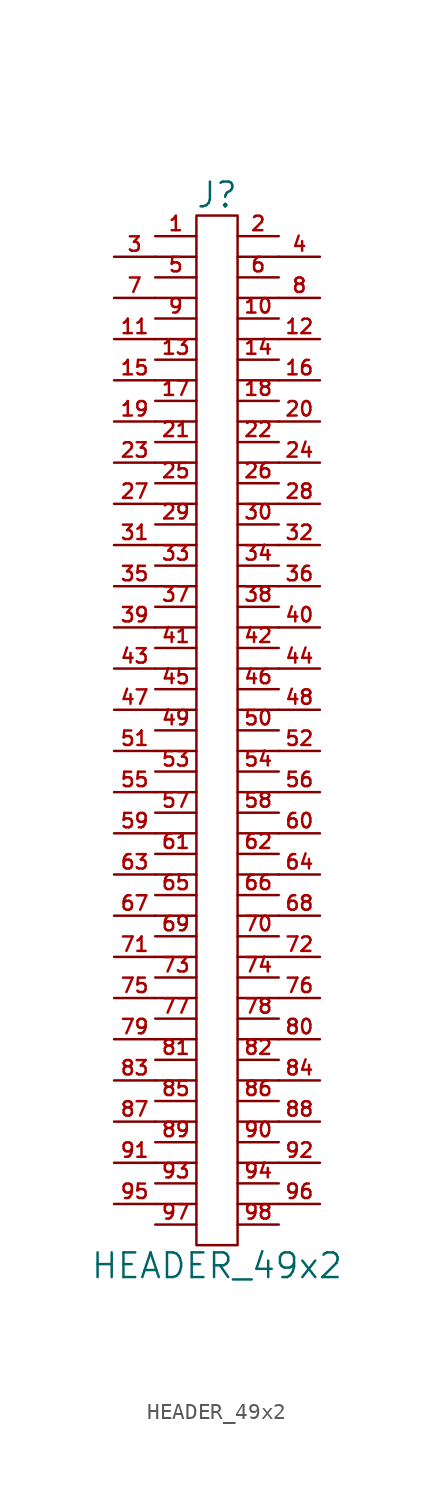
<source format=kicad_sym>
(kicad_symbol_lib
  (version 20211014)
  (generator kicad_symbol_editor)
  (symbol "HEADER_49x2"
    (pin_names
      (offset 0))
    (property "Reference" "J"
      (at 0 33.02 0)
      (effects (font (size 1.524 1.524))))
    (property "Value" "HEADER_49x2"
      (at 0 -33.02 0)
      (effects (font (size 1.524 1.524))))
    (property "Footprint" ""
      (at 0 6.35 0)
      (effects (font (size 1.524 1.524))))
    (property "Datasheet" ""
      (at 0 6.35 0)
      (effects (font (size 1.524 1.524))))
    (symbol "HEADER_49x2_0_1"
      (polyline (pts (xy -3.81 -29.21) (xy -1.27 -29.21)) (stroke (width 0) (type default) (color 0 0 0 0)) (fill (type none)))
      (polyline (pts (xy -3.81 -26.67) (xy -1.27 -26.67)) (stroke (width 0) (type default) (color 0 0 0 0)) (fill (type none)))
      (polyline (pts (xy -3.81 -24.13) (xy -1.27 -24.13)) (stroke (width 0) (type default) (color 0 0 0 0)) (fill (type none)))
      (polyline (pts (xy -3.81 -21.59) (xy -1.27 -21.59)) (stroke (width 0) (type default) (color 0 0 0 0)) (fill (type none)))
      (polyline (pts (xy -3.81 -19.05) (xy -1.27 -19.05)) (stroke (width 0) (type default) (color 0 0 0 0)) (fill (type none)))
      (polyline (pts (xy -3.81 -16.51) (xy -1.27 -16.51)) (stroke (width 0) (type default) (color 0 0 0 0)) (fill (type none)))
      (polyline (pts (xy -3.81 -13.97) (xy -1.27 -13.97)) (stroke (width 0) (type default) (color 0 0 0 0)) (fill (type none)))
      (polyline (pts (xy -3.81 -11.43) (xy -1.27 -11.43)) (stroke (width 0) (type default) (color 0 0 0 0)) (fill (type none)))
      (polyline (pts (xy -3.81 -8.89) (xy -1.27 -8.89)) (stroke (width 0) (type default) (color 0 0 0 0)) (fill (type none)))
      (polyline (pts (xy -3.81 -6.35) (xy -1.27 -6.35)) (stroke (width 0) (type default) (color 0 0 0 0)) (fill (type none)))
      (polyline (pts (xy -3.81 -3.81) (xy -1.27 -3.81)) (stroke (width 0) (type default) (color 0 0 0 0)) (fill (type none)))
      (polyline (pts (xy -3.81 -1.27) (xy -1.27 -1.27)) (stroke (width 0) (type default) (color 0 0 0 0)) (fill (type none)))
      (polyline (pts (xy -3.81 1.27) (xy -1.27 1.27)) (stroke (width 0) (type default) (color 0 0 0 0)) (fill (type none)))
      (polyline (pts (xy -3.81 3.81) (xy -1.27 3.81)) (stroke (width 0) (type default) (color 0 0 0 0)) (fill (type none)))
      (polyline (pts (xy -3.81 6.35) (xy -1.27 6.35)) (stroke (width 0) (type default) (color 0 0 0 0)) (fill (type none)))
      (polyline (pts (xy -3.81 8.89) (xy -1.27 8.89)) (stroke (width 0) (type default) (color 0 0 0 0)) (fill (type none)))
      (polyline (pts (xy -3.81 11.43) (xy -1.27 11.43)) (stroke (width 0) (type default) (color 0 0 0 0)) (fill (type none)))
      (polyline (pts (xy -3.81 13.97) (xy -1.27 13.97)) (stroke (width 0) (type default) (color 0 0 0 0)) (fill (type none)))
      (polyline (pts (xy -3.81 16.51) (xy -1.27 16.51)) (stroke (width 0) (type default) (color 0 0 0 0)) (fill (type none)))
      (polyline (pts (xy -3.81 19.05) (xy -1.27 19.05)) (stroke (width 0) (type default) (color 0 0 0 0)) (fill (type none)))
      (polyline (pts (xy -3.81 21.59) (xy -1.27 21.59)) (stroke (width 0) (type default) (color 0 0 0 0)) (fill (type none)))
      (polyline (pts (xy -3.81 24.13) (xy -1.27 24.13)) (stroke (width 0) (type default) (color 0 0 0 0)) (fill (type none)))
      (polyline (pts (xy -3.81 26.67) (xy -1.27 26.67)) (stroke (width 0) (type default) (color 0 0 0 0)) (fill (type none)))
      (polyline (pts (xy -3.81 29.21) (xy -1.27 29.21)) (stroke (width 0) (type default) (color 0 0 0 0)) (fill (type none)))
      (polyline (pts (xy 1.27 -29.21) (xy 3.81 -29.21)) (stroke (width 0) (type default) (color 0 0 0 0)) (fill (type none)))
      (polyline (pts (xy 1.27 -26.67) (xy 3.81 -26.67)) (stroke (width 0) (type default) (color 0 0 0 0)) (fill (type none)))
      (polyline (pts (xy 1.27 -24.13) (xy 3.81 -24.13)) (stroke (width 0) (type default) (color 0 0 0 0)) (fill (type none)))
      (polyline (pts (xy 1.27 -21.59) (xy 3.81 -21.59)) (stroke (width 0) (type default) (color 0 0 0 0)) (fill (type none)))
      (polyline (pts (xy 1.27 -19.05) (xy 3.81 -19.05)) (stroke (width 0) (type default) (color 0 0 0 0)) (fill (type none)))
      (polyline (pts (xy 1.27 -16.51) (xy 3.81 -16.51)) (stroke (width 0) (type default) (color 0 0 0 0)) (fill (type none)))
      (polyline (pts (xy 1.27 -13.97) (xy 3.81 -13.97)) (stroke (width 0) (type default) (color 0 0 0 0)) (fill (type none)))
      (polyline (pts (xy 1.27 -11.43) (xy 3.81 -11.43)) (stroke (width 0) (type default) (color 0 0 0 0)) (fill (type none)))
      (polyline (pts (xy 1.27 -8.89) (xy 3.81 -8.89)) (stroke (width 0) (type default) (color 0 0 0 0)) (fill (type none)))
      (polyline (pts (xy 1.27 -6.35) (xy 3.81 -6.35)) (stroke (width 0) (type default) (color 0 0 0 0)) (fill (type none)))
      (polyline (pts (xy 1.27 -3.81) (xy 3.81 -3.81)) (stroke (width 0) (type default) (color 0 0 0 0)) (fill (type none)))
      (polyline (pts (xy 1.27 -1.27) (xy 3.81 -1.27)) (stroke (width 0) (type default) (color 0 0 0 0)) (fill (type none)))
      (polyline (pts (xy 1.27 1.27) (xy 3.81 1.27)) (stroke (width 0) (type default) (color 0 0 0 0)) (fill (type none)))
      (polyline (pts (xy 1.27 3.81) (xy 3.81 3.81)) (stroke (width 0) (type default) (color 0 0 0 0)) (fill (type none)))
      (polyline (pts (xy 1.27 6.35) (xy 3.81 6.35)) (stroke (width 0) (type default) (color 0 0 0 0)) (fill (type none)))
      (polyline (pts (xy 1.27 8.89) (xy 3.81 8.89)) (stroke (width 0) (type default) (color 0 0 0 0)) (fill (type none)))
      (polyline (pts (xy 1.27 11.43) (xy 3.81 11.43)) (stroke (width 0) (type default) (color 0 0 0 0)) (fill (type none)))
      (polyline (pts (xy 1.27 13.97) (xy 3.81 13.97)) (stroke (width 0) (type default) (color 0 0 0 0)) (fill (type none)))
      (polyline (pts (xy 1.27 16.51) (xy 3.81 16.51)) (stroke (width 0) (type default) (color 0 0 0 0)) (fill (type none)))
      (polyline (pts (xy 1.27 19.05) (xy 3.81 19.05)) (stroke (width 0) (type default) (color 0 0 0 0)) (fill (type none)))
      (polyline (pts (xy 1.27 21.59) (xy 3.81 21.59)) (stroke (width 0) (type default) (color 0 0 0 0)) (fill (type none)))
      (polyline (pts (xy 1.27 24.13) (xy 3.81 24.13)) (stroke (width 0) (type default) (color 0 0 0 0)) (fill (type none)))
      (polyline (pts (xy 1.27 26.67) (xy 3.81 26.67)) (stroke (width 0) (type default) (color 0 0 0 0)) (fill (type none)))
      (polyline (pts (xy 1.27 29.21) (xy 3.81 29.21)) (stroke (width 0) (type default) (color 0 0 0 0)) (fill (type none)))
      (rectangle (start 1.27 -31.75) (end -1.27 31.75) (stroke (width 0) (type default) (color 0 0 0 0)) (fill (type none))))
    (symbol "HEADER_49x2_1_1"
      (pin passive line (at -3.81 30.48 0) (length 2.54) (name "~" (effects (font (size 1.27 1.27)))) (number "1" (effects (font (size 0.889 0.889)))))
      (pin passive line (at 3.81 25.4 180) (length 2.54) (name "~" (effects (font (size 1.27 1.27)))) (number "10" (effects (font (size 0.889 0.889)))))
      (pin passive line (at -6.35 24.13 0) (length 2.54) (name "~" (effects (font (size 1.27 1.27)))) (number "11" (effects (font (size 0.889 0.889)))))
      (pin passive line (at 6.35 24.13 180) (length 2.54) (name "~" (effects (font (size 1.27 1.27)))) (number "12" (effects (font (size 0.889 0.889)))))
      (pin passive line (at -3.81 22.86 0) (length 2.54) (name "~" (effects (font (size 1.27 1.27)))) (number "13" (effects (font (size 0.889 0.889)))))
      (pin passive line (at 3.81 22.86 180) (length 2.54) (name "~" (effects (font (size 1.27 1.27)))) (number "14" (effects (font (size 0.889 0.889)))))
      (pin passive line (at -6.35 21.59 0) (length 2.54) (name "~" (effects (font (size 1.27 1.27)))) (number "15" (effects (font (size 0.889 0.889)))))
      (pin passive line (at 6.35 21.59 180) (length 2.54) (name "~" (effects (font (size 1.27 1.27)))) (number "16" (effects (font (size 0.889 0.889)))))
      (pin passive line (at -3.81 20.32 0) (length 2.54) (name "~" (effects (font (size 1.27 1.27)))) (number "17" (effects (font (size 0.889 0.889)))))
      (pin passive line (at 3.81 20.32 180) (length 2.54) (name "~" (effects (font (size 1.27 1.27)))) (number "18" (effects (font (size 0.889 0.889)))))
      (pin passive line (at -6.35 19.05 0) (length 2.54) (name "~" (effects (font (size 1.27 1.27)))) (number "19" (effects (font (size 0.889 0.889)))))
      (pin passive line (at 3.81 30.48 180) (length 2.54) (name "~" (effects (font (size 1.27 1.27)))) (number "2" (effects (font (size 0.889 0.889)))))
      (pin passive line (at 6.35 19.05 180) (length 2.54) (name "~" (effects (font (size 1.27 1.27)))) (number "20" (effects (font (size 0.889 0.889)))))
      (pin passive line (at -3.81 17.78 0) (length 2.54) (name "~" (effects (font (size 1.27 1.27)))) (number "21" (effects (font (size 0.889 0.889)))))
      (pin passive line (at 3.81 17.78 180) (length 2.54) (name "~" (effects (font (size 1.27 1.27)))) (number "22" (effects (font (size 0.889 0.889)))))
      (pin passive line (at -6.35 16.51 0) (length 2.54) (name "~" (effects (font (size 1.27 1.27)))) (number "23" (effects (font (size 0.889 0.889)))))
      (pin passive line (at 6.35 16.51 180) (length 2.54) (name "~" (effects (font (size 1.27 1.27)))) (number "24" (effects (font (size 0.889 0.889)))))
      (pin passive line (at -3.81 15.24 0) (length 2.54) (name "~" (effects (font (size 1.27 1.27)))) (number "25" (effects (font (size 0.889 0.889)))))
      (pin passive line (at 3.81 15.24 180) (length 2.54) (name "~" (effects (font (size 1.27 1.27)))) (number "26" (effects (font (size 0.889 0.889)))))
      (pin passive line (at -6.35 13.97 0) (length 2.54) (name "~" (effects (font (size 1.27 1.27)))) (number "27" (effects (font (size 0.889 0.889)))))
      (pin passive line (at 6.35 13.97 180) (length 2.54) (name "~" (effects (font (size 1.27 1.27)))) (number "28" (effects (font (size 0.889 0.889)))))
      (pin passive line (at -3.81 12.7 0) (length 2.54) (name "~" (effects (font (size 1.27 1.27)))) (number "29" (effects (font (size 0.889 0.889)))))
      (pin passive line (at -6.35 29.21 0) (length 2.54) (name "~" (effects (font (size 1.27 1.27)))) (number "3" (effects (font (size 0.889 0.889)))))
      (pin passive line (at 3.81 12.7 180) (length 2.54) (name "~" (effects (font (size 1.27 1.27)))) (number "30" (effects (font (size 0.889 0.889)))))
      (pin passive line (at -6.35 11.43 0) (length 2.54) (name "~" (effects (font (size 1.27 1.27)))) (number "31" (effects (font (size 0.889 0.889)))))
      (pin passive line (at 6.35 11.43 180) (length 2.54) (name "~" (effects (font (size 1.27 1.27)))) (number "32" (effects (font (size 0.889 0.889)))))
      (pin passive line (at -3.81 10.16 0) (length 2.54) (name "~" (effects (font (size 1.27 1.27)))) (number "33" (effects (font (size 0.889 0.889)))))
      (pin passive line (at 3.81 10.16 180) (length 2.54) (name "~" (effects (font (size 1.27 1.27)))) (number "34" (effects (font (size 0.889 0.889)))))
      (pin passive line (at -6.35 8.89 0) (length 2.54) (name "~" (effects (font (size 1.27 1.27)))) (number "35" (effects (font (size 0.889 0.889)))))
      (pin passive line (at 6.35 8.89 180) (length 2.54) (name "~" (effects (font (size 1.27 1.27)))) (number "36" (effects (font (size 0.889 0.889)))))
      (pin passive line (at -3.81 7.62 0) (length 2.54) (name "~" (effects (font (size 0.889 0.889)))) (number "37" (effects (font (size 0.889 0.889)))))
      (pin passive line (at 3.81 7.62 180) (length 2.54) (name "~" (effects (font (size 1.27 1.27)))) (number "38" (effects (font (size 0.889 0.889)))))
      (pin passive line (at -6.35 6.35 0) (length 2.54) (name "~" (effects (font (size 1.27 1.27)))) (number "39" (effects (font (size 0.889 0.889)))))
      (pin passive line (at 6.35 29.21 180) (length 2.54) (name "~" (effects (font (size 1.27 1.27)))) (number "4" (effects (font (size 0.889 0.889)))))
      (pin passive line (at 6.35 6.35 180) (length 2.54) (name "~" (effects (font (size 1.27 1.27)))) (number "40" (effects (font (size 0.889 0.889)))))
      (pin passive line (at -3.81 5.08 0) (length 2.54) (name "~" (effects (font (size 1.27 1.27)))) (number "41" (effects (font (size 0.889 0.889)))))
      (pin passive line (at 3.81 5.08 180) (length 2.54) (name "~" (effects (font (size 1.27 1.27)))) (number "42" (effects (font (size 0.889 0.889)))))
      (pin passive line (at -6.35 3.81 0) (length 2.54) (name "~" (effects (font (size 1.27 1.27)))) (number "43" (effects (font (size 0.889 0.889)))))
      (pin passive line (at 6.35 3.81 180) (length 2.54) (name "~" (effects (font (size 1.27 1.27)))) (number "44" (effects (font (size 0.889 0.889)))))
      (pin passive line (at -3.81 2.54 0) (length 2.54) (name "~" (effects (font (size 1.27 1.27)))) (number "45" (effects (font (size 0.889 0.889)))))
      (pin passive line (at 3.81 2.54 180) (length 2.54) (name "~" (effects (font (size 1.27 1.27)))) (number "46" (effects (font (size 0.889 0.889)))))
      (pin passive line (at -6.35 1.27 0) (length 2.54) (name "~" (effects (font (size 1.27 1.27)))) (number "47" (effects (font (size 0.889 0.889)))))
      (pin passive line (at 6.35 1.27 180) (length 2.54) (name "~" (effects (font (size 1.27 1.27)))) (number "48" (effects (font (size 0.889 0.889)))))
      (pin passive line (at -3.81 0 0) (length 2.54) (name "~" (effects (font (size 1.27 1.27)))) (number "49" (effects (font (size 0.889 0.889)))))
      (pin passive line (at -3.81 27.94 0) (length 2.54) (name "~" (effects (font (size 1.27 1.27)))) (number "5" (effects (font (size 0.889 0.889)))))
      (pin passive line (at 3.81 0 180) (length 2.54) (name "~" (effects (font (size 1.27 1.27)))) (number "50" (effects (font (size 0.889 0.889)))))
      (pin passive line (at -6.35 -1.27 0) (length 2.54) (name "~" (effects (font (size 1.27 1.27)))) (number "51" (effects (font (size 0.889 0.889)))))
      (pin passive line (at 6.35 -1.27 180) (length 2.54) (name "~" (effects (font (size 1.27 1.27)))) (number "52" (effects (font (size 0.889 0.889)))))
      (pin passive line (at -3.81 -2.54 0) (length 2.54) (name "~" (effects (font (size 1.27 1.27)))) (number "53" (effects (font (size 0.889 0.889)))))
      (pin passive line (at 3.81 -2.54 180) (length 2.54) (name "~" (effects (font (size 1.27 1.27)))) (number "54" (effects (font (size 0.889 0.889)))))
      (pin passive line (at -6.35 -3.81 0) (length 2.54) (name "~" (effects (font (size 1.27 1.27)))) (number "55" (effects (font (size 0.889 0.889)))))
      (pin passive line (at 6.35 -3.81 180) (length 2.54) (name "~" (effects (font (size 1.27 1.27)))) (number "56" (effects (font (size 0.889 0.889)))))
      (pin passive line (at -3.81 -5.08 0) (length 2.54) (name "~" (effects (font (size 1.27 1.27)))) (number "57" (effects (font (size 0.889 0.889)))))
      (pin passive line (at 3.81 -5.08 180) (length 2.54) (name "~" (effects (font (size 1.27 1.27)))) (number "58" (effects (font (size 0.889 0.889)))))
      (pin passive line (at -6.35 -6.35 0) (length 2.54) (name "~" (effects (font (size 1.27 1.27)))) (number "59" (effects (font (size 0.889 0.889)))))
      (pin passive line (at 3.81 27.94 180) (length 2.54) (name "~" (effects (font (size 1.27 1.27)))) (number "6" (effects (font (size 0.889 0.889)))))
      (pin passive line (at 6.35 -6.35 180) (length 2.54) (name "~" (effects (font (size 1.27 1.27)))) (number "60" (effects (font (size 0.889 0.889)))))
      (pin passive line (at -3.81 -7.62 0) (length 2.54) (name "~" (effects (font (size 1.27 1.27)))) (number "61" (effects (font (size 0.889 0.889)))))
      (pin passive line (at 3.81 -7.62 180) (length 2.54) (name "~" (effects (font (size 1.27 1.27)))) (number "62" (effects (font (size 0.889 0.889)))))
      (pin passive line (at -6.35 -8.89 0) (length 2.54) (name "~" (effects (font (size 1.27 1.27)))) (number "63" (effects (font (size 0.889 0.889)))))
      (pin passive line (at 6.35 -8.89 180) (length 2.54) (name "~" (effects (font (size 1.27 1.27)))) (number "64" (effects (font (size 0.889 0.889)))))
      (pin passive line (at -3.81 -10.16 0) (length 2.54) (name "~" (effects (font (size 1.27 1.27)))) (number "65" (effects (font (size 0.889 0.889)))))
      (pin passive line (at 3.81 -10.16 180) (length 2.54) (name "~" (effects (font (size 1.27 1.27)))) (number "66" (effects (font (size 0.889 0.889)))))
      (pin passive line (at -6.35 -11.43 0) (length 2.54) (name "~" (effects (font (size 1.27 1.27)))) (number "67" (effects (font (size 0.889 0.889)))))
      (pin passive line (at 6.35 -11.43 180) (length 2.54) (name "~" (effects (font (size 1.27 1.27)))) (number "68" (effects (font (size 0.889 0.889)))))
      (pin passive line (at -3.81 -12.7 0) (length 2.54) (name "~" (effects (font (size 1.27 1.27)))) (number "69" (effects (font (size 0.889 0.889)))))
      (pin passive line (at -6.35 26.67 0) (length 2.54) (name "~" (effects (font (size 1.27 1.27)))) (number "7" (effects (font (size 0.889 0.889)))))
      (pin passive line (at 3.81 -12.7 180) (length 2.54) (name "~" (effects (font (size 1.27 1.27)))) (number "70" (effects (font (size 0.889 0.889)))))
      (pin passive line (at -6.35 -13.97 0) (length 2.54) (name "~" (effects (font (size 1.27 1.27)))) (number "71" (effects (font (size 0.889 0.889)))))
      (pin passive line (at 6.35 -13.97 180) (length 2.54) (name "~" (effects (font (size 1.27 1.27)))) (number "72" (effects (font (size 0.889 0.889)))))
      (pin passive line (at -3.81 -15.24 0) (length 2.54) (name "~" (effects (font (size 1.27 1.27)))) (number "73" (effects (font (size 0.889 0.889)))))
      (pin passive line (at 3.81 -15.24 180) (length 2.54) (name "~" (effects (font (size 1.27 1.27)))) (number "74" (effects (font (size 0.889 0.889)))))
      (pin passive line (at -6.35 -16.51 0) (length 2.54) (name "~" (effects (font (size 1.27 1.27)))) (number "75" (effects (font (size 0.889 0.889)))))
      (pin passive line (at 6.35 -16.51 180) (length 2.54) (name "~" (effects (font (size 1.27 1.27)))) (number "76" (effects (font (size 0.889 0.889)))))
      (pin passive line (at -3.81 -17.78 0) (length 2.54) (name "~" (effects (font (size 1.27 1.27)))) (number "77" (effects (font (size 0.889 0.889)))))
      (pin passive line (at 3.81 -17.78 180) (length 2.54) (name "~" (effects (font (size 1.27 1.27)))) (number "78" (effects (font (size 0.889 0.889)))))
      (pin passive line (at -6.35 -19.05 0) (length 2.54) (name "~" (effects (font (size 1.27 1.27)))) (number "79" (effects (font (size 0.889 0.889)))))
      (pin passive line (at 6.35 26.67 180) (length 2.54) (name "~" (effects (font (size 1.27 1.27)))) (number "8" (effects (font (size 0.889 0.889)))))
      (pin passive line (at 6.35 -19.05 180) (length 2.54) (name "~" (effects (font (size 1.27 1.27)))) (number "80" (effects (font (size 0.889 0.889)))))
      (pin passive line (at -3.81 -20.32 0) (length 2.54) (name "~" (effects (font (size 1.27 1.27)))) (number "81" (effects (font (size 0.889 0.889)))))
      (pin passive line (at 3.81 -20.32 180) (length 2.54) (name "~" (effects (font (size 1.27 1.27)))) (number "82" (effects (font (size 0.889 0.889)))))
      (pin passive line (at -6.35 -21.59 0) (length 2.54) (name "~" (effects (font (size 1.27 1.27)))) (number "83" (effects (font (size 0.889 0.889)))))
      (pin passive line (at 6.35 -21.59 180) (length 2.54) (name "~" (effects (font (size 1.27 1.27)))) (number "84" (effects (font (size 0.889 0.889)))))
      (pin passive line (at -3.81 -22.86 0) (length 2.54) (name "~" (effects (font (size 1.27 1.27)))) (number "85" (effects (font (size 0.889 0.889)))))
      (pin passive line (at 3.81 -22.86 180) (length 2.54) (name "~" (effects (font (size 1.27 1.27)))) (number "86" (effects (font (size 0.889 0.889)))))
      (pin passive line (at -6.35 -24.13 0) (length 2.54) (name "~" (effects (font (size 1.27 1.27)))) (number "87" (effects (font (size 0.889 0.889)))))
      (pin passive line (at 6.35 -24.13 180) (length 2.54) (name "~" (effects (font (size 1.27 1.27)))) (number "88" (effects (font (size 0.889 0.889)))))
      (pin passive line (at -3.81 -25.4 0) (length 2.54) (name "~" (effects (font (size 1.27 1.27)))) (number "89" (effects (font (size 0.889 0.889)))))
      (pin passive line (at -3.81 25.4 0) (length 2.54) (name "~" (effects (font (size 1.27 1.27)))) (number "9" (effects (font (size 0.889 0.889)))))
      (pin passive line (at 3.81 -25.4 180) (length 2.54) (name "~" (effects (font (size 1.27 1.27)))) (number "90" (effects (font (size 0.889 0.889)))))
      (pin passive line (at -6.35 -26.67 0) (length 2.54) (name "~" (effects (font (size 1.27 1.27)))) (number "91" (effects (font (size 0.889 0.889)))))
      (pin passive line (at 6.35 -26.67 180) (length 2.54) (name "~" (effects (font (size 1.27 1.27)))) (number "92" (effects (font (size 0.889 0.889)))))
      (pin passive line (at -3.81 -27.94 0) (length 2.54) (name "~" (effects (font (size 1.27 1.27)))) (number "93" (effects (font (size 0.889 0.889)))))
      (pin passive line (at 3.81 -27.94 180) (length 2.54) (name "~" (effects (font (size 1.27 1.27)))) (number "94" (effects (font (size 0.889 0.889)))))
      (pin passive line (at -6.35 -29.21 0) (length 2.54) (name "~" (effects (font (size 1.27 1.27)))) (number "95" (effects (font (size 0.889 0.889)))))
      (pin passive line (at 6.35 -29.21 180) (length 2.54) (name "~" (effects (font (size 1.27 1.27)))) (number "96" (effects (font (size 0.889 0.889)))))
      (pin passive line (at -3.81 -30.48 0) (length 2.54) (name "~" (effects (font (size 1.27 1.27)))) (number "97" (effects (font (size 0.889 0.889)))))
      (pin passive line (at 3.81 -30.48 180) (length 2.54) (name "~" (effects (font (size 1.27 1.27)))) (number "98" (effects (font (size 0.889 0.889))))))))
</source>
